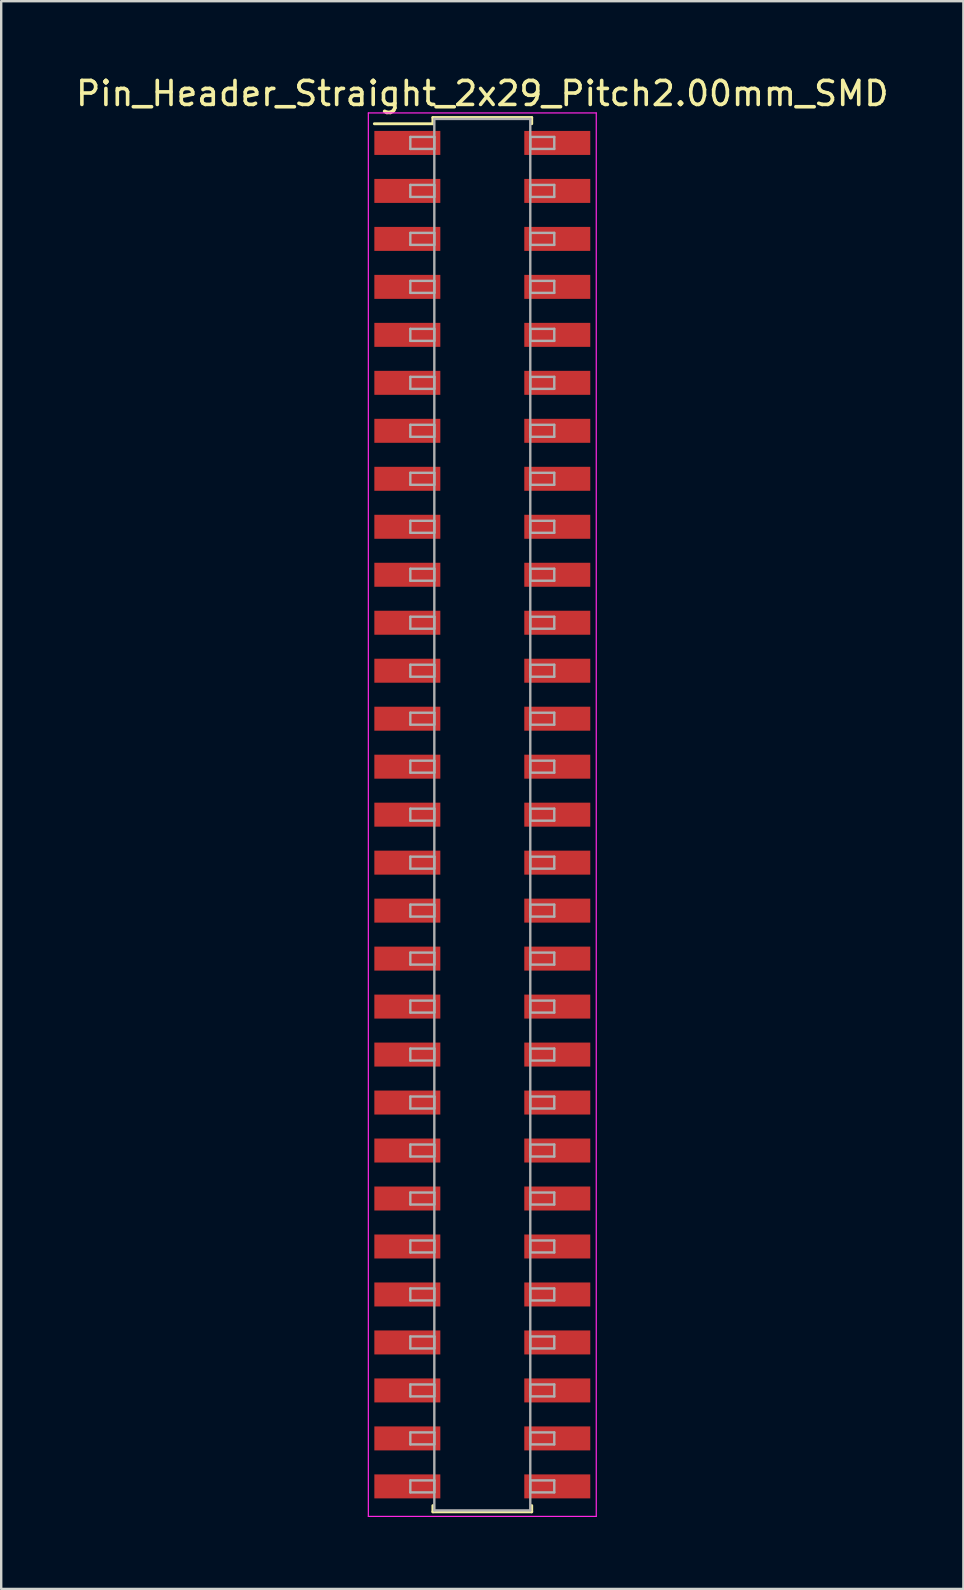
<source format=kicad_pcb>
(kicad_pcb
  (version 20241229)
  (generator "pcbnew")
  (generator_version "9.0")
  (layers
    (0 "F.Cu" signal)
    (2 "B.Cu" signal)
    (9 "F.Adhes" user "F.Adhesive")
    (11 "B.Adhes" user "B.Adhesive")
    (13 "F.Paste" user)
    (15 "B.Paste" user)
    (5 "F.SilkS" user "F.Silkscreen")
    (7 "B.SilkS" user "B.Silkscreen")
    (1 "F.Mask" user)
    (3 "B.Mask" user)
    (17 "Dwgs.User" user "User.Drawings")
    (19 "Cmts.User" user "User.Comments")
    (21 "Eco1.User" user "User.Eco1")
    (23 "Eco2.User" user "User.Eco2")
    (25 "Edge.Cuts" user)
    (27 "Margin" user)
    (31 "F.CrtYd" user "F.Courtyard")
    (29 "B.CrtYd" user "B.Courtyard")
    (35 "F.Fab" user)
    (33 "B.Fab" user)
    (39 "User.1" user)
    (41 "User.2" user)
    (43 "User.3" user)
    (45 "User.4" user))
  (footprint "Pin_Header_Straight_2x29_Pitch2.00mm_SMD"
    (layer "F.Cu")
    (at 17.054 30.908)
    (property "Reference" "Pin_Header_Straight_2x29_Pitch2.00mm_SMD" (at 0 -30.06 0) (layer "F.SilkS") (effects (font (size 1 1) (thickness 0.15))))
    (attr smd)
    (fp_line (start -4.5 -28.8) (end -2.06 -28.8) (stroke (width 0.12) (type solid)) (layer "F.SilkS"))
    (fp_line (start -2.06 -29.06) (end 2.06 -29.06) (stroke (width 0.12) (type solid)) (layer "F.SilkS"))
    (fp_line (start -2.06 -28.8) (end -2.06 -29.06) (stroke (width 0.12) (type solid)) (layer "F.SilkS"))
    (fp_line (start -2.06 28.8) (end -2.06 29.06) (stroke (width 0.12) (type solid)) (layer "F.SilkS"))
    (fp_line (start -2.06 29.06) (end 2.06 29.06) (stroke (width 0.12) (type solid)) (layer "F.SilkS"))
    (fp_line (start 2.06 -29.06) (end 2.06 -28.8) (stroke (width 0.12) (type solid)) (layer "F.SilkS"))
    (fp_line (start 2.06 29.06) (end 2.06 28.8) (stroke (width 0.12) (type solid)) (layer "F.SilkS"))
    (fp_line (start -4.75 -29.25) (end -4.75 29.25) (stroke (width 0.05) (type solid)) (layer "F.CrtYd"))
    (fp_line (start -4.75 29.25) (end 4.75 29.25) (stroke (width 0.05) (type solid)) (layer "F.CrtYd"))
    (fp_line (start 4.75 -29.25) (end -4.75 -29.25) (stroke (width 0.05) (type solid)) (layer "F.CrtYd"))
    (fp_line (start 4.75 29.25) (end 4.75 -29.25) (stroke (width 0.05) (type solid)) (layer "F.CrtYd"))
    (fp_line (start -3 -28.25) (end -2 -28.25) (stroke (width 0.1) (type solid)) (layer "F.Fab"))
    (fp_line (start -3 -27.75) (end -3 -28.25) (stroke (width 0.1) (type solid)) (layer "F.Fab"))
    (fp_line (start -3 -26.25) (end -2 -26.25) (stroke (width 0.1) (type solid)) (layer "F.Fab"))
    (fp_line (start -3 -25.75) (end -3 -26.25) (stroke (width 0.1) (type solid)) (layer "F.Fab"))
    (fp_line (start -3 -24.25) (end -2 -24.25) (stroke (width 0.1) (type solid)) (layer "F.Fab"))
    (fp_line (start -3 -23.75) (end -3 -24.25) (stroke (width 0.1) (type solid)) (layer "F.Fab"))
    (fp_line (start -3 -22.25) (end -2 -22.25) (stroke (width 0.1) (type solid)) (layer "F.Fab"))
    (fp_line (start -3 -21.75) (end -3 -22.25) (stroke (width 0.1) (type solid)) (layer "F.Fab"))
    (fp_line (start -3 -20.25) (end -2 -20.25) (stroke (width 0.1) (type solid)) (layer "F.Fab"))
    (fp_line (start -3 -19.75) (end -3 -20.25) (stroke (width 0.1) (type solid)) (layer "F.Fab"))
    (fp_line (start -3 -18.25) (end -2 -18.25) (stroke (width 0.1) (type solid)) (layer "F.Fab"))
    (fp_line (start -3 -17.75) (end -3 -18.25) (stroke (width 0.1) (type solid)) (layer "F.Fab"))
    (fp_line (start -3 -16.25) (end -2 -16.25) (stroke (width 0.1) (type solid)) (layer "F.Fab"))
    (fp_line (start -3 -15.75) (end -3 -16.25) (stroke (width 0.1) (type solid)) (layer "F.Fab"))
    (fp_line (start -3 -14.25) (end -2 -14.25) (stroke (width 0.1) (type solid)) (layer "F.Fab"))
    (fp_line (start -3 -13.75) (end -3 -14.25) (stroke (width 0.1) (type solid)) (layer "F.Fab"))
    (fp_line (start -3 -12.25) (end -2 -12.25) (stroke (width 0.1) (type solid)) (layer "F.Fab"))
    (fp_line (start -3 -11.75) (end -3 -12.25) (stroke (width 0.1) (type solid)) (layer "F.Fab"))
    (fp_line (start -3 -10.25) (end -2 -10.25) (stroke (width 0.1) (type solid)) (layer "F.Fab"))
    (fp_line (start -3 -9.75) (end -3 -10.25) (stroke (width 0.1) (type solid)) (layer "F.Fab"))
    (fp_line (start -3 -8.25) (end -2 -8.25) (stroke (width 0.1) (type solid)) (layer "F.Fab"))
    (fp_line (start -3 -7.75) (end -3 -8.25) (stroke (width 0.1) (type solid)) (layer "F.Fab"))
    (fp_line (start -3 -6.25) (end -2 -6.25) (stroke (width 0.1) (type solid)) (layer "F.Fab"))
    (fp_line (start -3 -5.75) (end -3 -6.25) (stroke (width 0.1) (type solid)) (layer "F.Fab"))
    (fp_line (start -3 -4.25) (end -2 -4.25) (stroke (width 0.1) (type solid)) (layer "F.Fab"))
    (fp_line (start -3 -3.75) (end -3 -4.25) (stroke (width 0.1) (type solid)) (layer "F.Fab"))
    (fp_line (start -3 -2.25) (end -2 -2.25) (stroke (width 0.1) (type solid)) (layer "F.Fab"))
    (fp_line (start -3 -1.75) (end -3 -2.25) (stroke (width 0.1) (type solid)) (layer "F.Fab"))
    (fp_line (start -3 -0.25) (end -2 -0.25) (stroke (width 0.1) (type solid)) (layer "F.Fab"))
    (fp_line (start -3 0.25) (end -3 -0.25) (stroke (width 0.1) (type solid)) (layer "F.Fab"))
    (fp_line (start -3 1.75) (end -2 1.75) (stroke (width 0.1) (type solid)) (layer "F.Fab"))
    (fp_line (start -3 2.25) (end -3 1.75) (stroke (width 0.1) (type solid)) (layer "F.Fab"))
    (fp_line (start -3 3.75) (end -2 3.75) (stroke (width 0.1) (type solid)) (layer "F.Fab"))
    (fp_line (start -3 4.25) (end -3 3.75) (stroke (width 0.1) (type solid)) (layer "F.Fab"))
    (fp_line (start -3 5.75) (end -2 5.75) (stroke (width 0.1) (type solid)) (layer "F.Fab"))
    (fp_line (start -3 6.25) (end -3 5.75) (stroke (width 0.1) (type solid)) (layer "F.Fab"))
    (fp_line (start -3 7.75) (end -2 7.75) (stroke (width 0.1) (type solid)) (layer "F.Fab"))
    (fp_line (start -3 8.25) (end -3 7.75) (stroke (width 0.1) (type solid)) (layer "F.Fab"))
    (fp_line (start -3 9.75) (end -2 9.75) (stroke (width 0.1) (type solid)) (layer "F.Fab"))
    (fp_line (start -3 10.25) (end -3 9.75) (stroke (width 0.1) (type solid)) (layer "F.Fab"))
    (fp_line (start -3 11.75) (end -2 11.75) (stroke (width 0.1) (type solid)) (layer "F.Fab"))
    (fp_line (start -3 12.25) (end -3 11.75) (stroke (width 0.1) (type solid)) (layer "F.Fab"))
    (fp_line (start -3 13.75) (end -2 13.75) (stroke (width 0.1) (type solid)) (layer "F.Fab"))
    (fp_line (start -3 14.25) (end -3 13.75) (stroke (width 0.1) (type solid)) (layer "F.Fab"))
    (fp_line (start -3 15.75) (end -2 15.75) (stroke (width 0.1) (type solid)) (layer "F.Fab"))
    (fp_line (start -3 16.25) (end -3 15.75) (stroke (width 0.1) (type solid)) (layer "F.Fab"))
    (fp_line (start -3 17.75) (end -2 17.75) (stroke (width 0.1) (type solid)) (layer "F.Fab"))
    (fp_line (start -3 18.25) (end -3 17.75) (stroke (width 0.1) (type solid)) (layer "F.Fab"))
    (fp_line (start -3 19.75) (end -2 19.75) (stroke (width 0.1) (type solid)) (layer "F.Fab"))
    (fp_line (start -3 20.25) (end -3 19.75) (stroke (width 0.1) (type solid)) (layer "F.Fab"))
    (fp_line (start -3 21.75) (end -2 21.75) (stroke (width 0.1) (type solid)) (layer "F.Fab"))
    (fp_line (start -3 22.25) (end -3 21.75) (stroke (width 0.1) (type solid)) (layer "F.Fab"))
    (fp_line (start -3 23.75) (end -2 23.75) (stroke (width 0.1) (type solid)) (layer "F.Fab"))
    (fp_line (start -3 24.25) (end -3 23.75) (stroke (width 0.1) (type solid)) (layer "F.Fab"))
    (fp_line (start -3 25.75) (end -2 25.75) (stroke (width 0.1) (type solid)) (layer "F.Fab"))
    (fp_line (start -3 26.25) (end -3 25.75) (stroke (width 0.1) (type solid)) (layer "F.Fab"))
    (fp_line (start -3 27.75) (end -2 27.75) (stroke (width 0.1) (type solid)) (layer "F.Fab"))
    (fp_line (start -3 28.25) (end -3 27.75) (stroke (width 0.1) (type solid)) (layer "F.Fab"))
    (fp_line (start -2 -29) (end -2 29) (stroke (width 0.1) (type solid)) (layer "F.Fab"))
    (fp_line (start -2 -28.25) (end -2 -27.75) (stroke (width 0.1) (type solid)) (layer "F.Fab"))
    (fp_line (start -2 -27.75) (end -3 -27.75) (stroke (width 0.1) (type solid)) (layer "F.Fab"))
    (fp_line (start -2 -26.25) (end -2 -25.75) (stroke (width 0.1) (type solid)) (layer "F.Fab"))
    (fp_line (start -2 -25.75) (end -3 -25.75) (stroke (width 0.1) (type solid)) (layer "F.Fab"))
    (fp_line (start -2 -24.25) (end -2 -23.75) (stroke (width 0.1) (type solid)) (layer "F.Fab"))
    (fp_line (start -2 -23.75) (end -3 -23.75) (stroke (width 0.1) (type solid)) (layer "F.Fab"))
    (fp_line (start -2 -22.25) (end -2 -21.75) (stroke (width 0.1) (type solid)) (layer "F.Fab"))
    (fp_line (start -2 -21.75) (end -3 -21.75) (stroke (width 0.1) (type solid)) (layer "F.Fab"))
    (fp_line (start -2 -20.25) (end -2 -19.75) (stroke (width 0.1) (type solid)) (layer "F.Fab"))
    (fp_line (start -2 -19.75) (end -3 -19.75) (stroke (width 0.1) (type solid)) (layer "F.Fab"))
    (fp_line (start -2 -18.25) (end -2 -17.75) (stroke (width 0.1) (type solid)) (layer "F.Fab"))
    (fp_line (start -2 -17.75) (end -3 -17.75) (stroke (width 0.1) (type solid)) (layer "F.Fab"))
    (fp_line (start -2 -16.25) (end -2 -15.75) (stroke (width 0.1) (type solid)) (layer "F.Fab"))
    (fp_line (start -2 -15.75) (end -3 -15.75) (stroke (width 0.1) (type solid)) (layer "F.Fab"))
    (fp_line (start -2 -14.25) (end -2 -13.75) (stroke (width 0.1) (type solid)) (layer "F.Fab"))
    (fp_line (start -2 -13.75) (end -3 -13.75) (stroke (width 0.1) (type solid)) (layer "F.Fab"))
    (fp_line (start -2 -12.25) (end -2 -11.75) (stroke (width 0.1) (type solid)) (layer "F.Fab"))
    (fp_line (start -2 -11.75) (end -3 -11.75) (stroke (width 0.1) (type solid)) (layer "F.Fab"))
    (fp_line (start -2 -10.25) (end -2 -9.75) (stroke (width 0.1) (type solid)) (layer "F.Fab"))
    (fp_line (start -2 -9.75) (end -3 -9.75) (stroke (width 0.1) (type solid)) (layer "F.Fab"))
    (fp_line (start -2 -8.25) (end -2 -7.75) (stroke (width 0.1) (type solid)) (layer "F.Fab"))
    (fp_line (start -2 -7.75) (end -3 -7.75) (stroke (width 0.1) (type solid)) (layer "F.Fab"))
    (fp_line (start -2 -6.25) (end -2 -5.75) (stroke (width 0.1) (type solid)) (layer "F.Fab"))
    (fp_line (start -2 -5.75) (end -3 -5.75) (stroke (width 0.1) (type solid)) (layer "F.Fab"))
    (fp_line (start -2 -4.25) (end -2 -3.75) (stroke (width 0.1) (type solid)) (layer "F.Fab"))
    (fp_line (start -2 -3.75) (end -3 -3.75) (stroke (width 0.1) (type solid)) (layer "F.Fab"))
    (fp_line (start -2 -2.25) (end -2 -1.75) (stroke (width 0.1) (type solid)) (layer "F.Fab"))
    (fp_line (start -2 -1.75) (end -3 -1.75) (stroke (width 0.1) (type solid)) (layer "F.Fab"))
    (fp_line (start -2 -0.25) (end -2 0.25) (stroke (width 0.1) (type solid)) (layer "F.Fab"))
    (fp_line (start -2 0.25) (end -3 0.25) (stroke (width 0.1) (type solid)) (layer "F.Fab"))
    (fp_line (start -2 1.75) (end -2 2.25) (stroke (width 0.1) (type solid)) (layer "F.Fab"))
    (fp_line (start -2 2.25) (end -3 2.25) (stroke (width 0.1) (type solid)) (layer "F.Fab"))
    (fp_line (start -2 3.75) (end -2 4.25) (stroke (width 0.1) (type solid)) (layer "F.Fab"))
    (fp_line (start -2 4.25) (end -3 4.25) (stroke (width 0.1) (type solid)) (layer "F.Fab"))
    (fp_line (start -2 5.75) (end -2 6.25) (stroke (width 0.1) (type solid)) (layer "F.Fab"))
    (fp_line (start -2 6.25) (end -3 6.25) (stroke (width 0.1) (type solid)) (layer "F.Fab"))
    (fp_line (start -2 7.75) (end -2 8.25) (stroke (width 0.1) (type solid)) (layer "F.Fab"))
    (fp_line (start -2 8.25) (end -3 8.25) (stroke (width 0.1) (type solid)) (layer "F.Fab"))
    (fp_line (start -2 9.75) (end -2 10.25) (stroke (width 0.1) (type solid)) (layer "F.Fab"))
    (fp_line (start -2 10.25) (end -3 10.25) (stroke (width 0.1) (type solid)) (layer "F.Fab"))
    (fp_line (start -2 11.75) (end -2 12.25) (stroke (width 0.1) (type solid)) (layer "F.Fab"))
    (fp_line (start -2 12.25) (end -3 12.25) (stroke (width 0.1) (type solid)) (layer "F.Fab"))
    (fp_line (start -2 13.75) (end -2 14.25) (stroke (width 0.1) (type solid)) (layer "F.Fab"))
    (fp_line (start -2 14.25) (end -3 14.25) (stroke (width 0.1) (type solid)) (layer "F.Fab"))
    (fp_line (start -2 15.75) (end -2 16.25) (stroke (width 0.1) (type solid)) (layer "F.Fab"))
    (fp_line (start -2 16.25) (end -3 16.25) (stroke (width 0.1) (type solid)) (layer "F.Fab"))
    (fp_line (start -2 17.75) (end -2 18.25) (stroke (width 0.1) (type solid)) (layer "F.Fab"))
    (fp_line (start -2 18.25) (end -3 18.25) (stroke (width 0.1) (type solid)) (layer "F.Fab"))
    (fp_line (start -2 19.75) (end -2 20.25) (stroke (width 0.1) (type solid)) (layer "F.Fab"))
    (fp_line (start -2 20.25) (end -3 20.25) (stroke (width 0.1) (type solid)) (layer "F.Fab"))
    (fp_line (start -2 21.75) (end -2 22.25) (stroke (width 0.1) (type solid)) (layer "F.Fab"))
    (fp_line (start -2 22.25) (end -3 22.25) (stroke (width 0.1) (type solid)) (layer "F.Fab"))
    (fp_line (start -2 23.75) (end -2 24.25) (stroke (width 0.1) (type solid)) (layer "F.Fab"))
    (fp_line (start -2 24.25) (end -3 24.25) (stroke (width 0.1) (type solid)) (layer "F.Fab"))
    (fp_line (start -2 25.75) (end -2 26.25) (stroke (width 0.1) (type solid)) (layer "F.Fab"))
    (fp_line (start -2 26.25) (end -3 26.25) (stroke (width 0.1) (type solid)) (layer "F.Fab"))
    (fp_line (start -2 27.75) (end -2 28.25) (stroke (width 0.1) (type solid)) (layer "F.Fab"))
    (fp_line (start -2 28.25) (end -3 28.25) (stroke (width 0.1) (type solid)) (layer "F.Fab"))
    (fp_line (start -2 29) (end 2 29) (stroke (width 0.1) (type solid)) (layer "F.Fab"))
    (fp_line (start 2 -29) (end -2 -29) (stroke (width 0.1) (type solid)) (layer "F.Fab"))
    (fp_line (start 2 -28.25) (end 2 -27.75) (stroke (width 0.1) (type solid)) (layer "F.Fab"))
    (fp_line (start 2 -27.75) (end 3 -27.75) (stroke (width 0.1) (type solid)) (layer "F.Fab"))
    (fp_line (start 2 -26.25) (end 2 -25.75) (stroke (width 0.1) (type solid)) (layer "F.Fab"))
    (fp_line (start 2 -25.75) (end 3 -25.75) (stroke (width 0.1) (type solid)) (layer "F.Fab"))
    (fp_line (start 2 -24.25) (end 2 -23.75) (stroke (width 0.1) (type solid)) (layer "F.Fab"))
    (fp_line (start 2 -23.75) (end 3 -23.75) (stroke (width 0.1) (type solid)) (layer "F.Fab"))
    (fp_line (start 2 -22.25) (end 2 -21.75) (stroke (width 0.1) (type solid)) (layer "F.Fab"))
    (fp_line (start 2 -21.75) (end 3 -21.75) (stroke (width 0.1) (type solid)) (layer "F.Fab"))
    (fp_line (start 2 -20.25) (end 2 -19.75) (stroke (width 0.1) (type solid)) (layer "F.Fab"))
    (fp_line (start 2 -19.75) (end 3 -19.75) (stroke (width 0.1) (type solid)) (layer "F.Fab"))
    (fp_line (start 2 -18.25) (end 2 -17.75) (stroke (width 0.1) (type solid)) (layer "F.Fab"))
    (fp_line (start 2 -17.75) (end 3 -17.75) (stroke (width 0.1) (type solid)) (layer "F.Fab"))
    (fp_line (start 2 -16.25) (end 2 -15.75) (stroke (width 0.1) (type solid)) (layer "F.Fab"))
    (fp_line (start 2 -15.75) (end 3 -15.75) (stroke (width 0.1) (type solid)) (layer "F.Fab"))
    (fp_line (start 2 -14.25) (end 2 -13.75) (stroke (width 0.1) (type solid)) (layer "F.Fab"))
    (fp_line (start 2 -13.75) (end 3 -13.75) (stroke (width 0.1) (type solid)) (layer "F.Fab"))
    (fp_line (start 2 -12.25) (end 2 -11.75) (stroke (width 0.1) (type solid)) (layer "F.Fab"))
    (fp_line (start 2 -11.75) (end 3 -11.75) (stroke (width 0.1) (type solid)) (layer "F.Fab"))
    (fp_line (start 2 -10.25) (end 2 -9.75) (stroke (width 0.1) (type solid)) (layer "F.Fab"))
    (fp_line (start 2 -9.75) (end 3 -9.75) (stroke (width 0.1) (type solid)) (layer "F.Fab"))
    (fp_line (start 2 -8.25) (end 2 -7.75) (stroke (width 0.1) (type solid)) (layer "F.Fab"))
    (fp_line (start 2 -7.75) (end 3 -7.75) (stroke (width 0.1) (type solid)) (layer "F.Fab"))
    (fp_line (start 2 -6.25) (end 2 -5.75) (stroke (width 0.1) (type solid)) (layer "F.Fab"))
    (fp_line (start 2 -5.75) (end 3 -5.75) (stroke (width 0.1) (type solid)) (layer "F.Fab"))
    (fp_line (start 2 -4.25) (end 2 -3.75) (stroke (width 0.1) (type solid)) (layer "F.Fab"))
    (fp_line (start 2 -3.75) (end 3 -3.75) (stroke (width 0.1) (type solid)) (layer "F.Fab"))
    (fp_line (start 2 -2.25) (end 2 -1.75) (stroke (width 0.1) (type solid)) (layer "F.Fab"))
    (fp_line (start 2 -1.75) (end 3 -1.75) (stroke (width 0.1) (type solid)) (layer "F.Fab"))
    (fp_line (start 2 -0.25) (end 2 0.25) (stroke (width 0.1) (type solid)) (layer "F.Fab"))
    (fp_line (start 2 0.25) (end 3 0.25) (stroke (width 0.1) (type solid)) (layer "F.Fab"))
    (fp_line (start 2 1.75) (end 2 2.25) (stroke (width 0.1) (type solid)) (layer "F.Fab"))
    (fp_line (start 2 2.25) (end 3 2.25) (stroke (width 0.1) (type solid)) (layer "F.Fab"))
    (fp_line (start 2 3.75) (end 2 4.25) (stroke (width 0.1) (type solid)) (layer "F.Fab"))
    (fp_line (start 2 4.25) (end 3 4.25) (stroke (width 0.1) (type solid)) (layer "F.Fab"))
    (fp_line (start 2 5.75) (end 2 6.25) (stroke (width 0.1) (type solid)) (layer "F.Fab"))
    (fp_line (start 2 6.25) (end 3 6.25) (stroke (width 0.1) (type solid)) (layer "F.Fab"))
    (fp_line (start 2 7.75) (end 2 8.25) (stroke (width 0.1) (type solid)) (layer "F.Fab"))
    (fp_line (start 2 8.25) (end 3 8.25) (stroke (width 0.1) (type solid)) (layer "F.Fab"))
    (fp_line (start 2 9.75) (end 2 10.25) (stroke (width 0.1) (type solid)) (layer "F.Fab"))
    (fp_line (start 2 10.25) (end 3 10.25) (stroke (width 0.1) (type solid)) (layer "F.Fab"))
    (fp_line (start 2 11.75) (end 2 12.25) (stroke (width 0.1) (type solid)) (layer "F.Fab"))
    (fp_line (start 2 12.25) (end 3 12.25) (stroke (width 0.1) (type solid)) (layer "F.Fab"))
    (fp_line (start 2 13.75) (end 2 14.25) (stroke (width 0.1) (type solid)) (layer "F.Fab"))
    (fp_line (start 2 14.25) (end 3 14.25) (stroke (width 0.1) (type solid)) (layer "F.Fab"))
    (fp_line (start 2 15.75) (end 2 16.25) (stroke (width 0.1) (type solid)) (layer "F.Fab"))
    (fp_line (start 2 16.25) (end 3 16.25) (stroke (width 0.1) (type solid)) (layer "F.Fab"))
    (fp_line (start 2 17.75) (end 2 18.25) (stroke (width 0.1) (type solid)) (layer "F.Fab"))
    (fp_line (start 2 18.25) (end 3 18.25) (stroke (width 0.1) (type solid)) (layer "F.Fab"))
    (fp_line (start 2 19.75) (end 2 20.25) (stroke (width 0.1) (type solid)) (layer "F.Fab"))
    (fp_line (start 2 20.25) (end 3 20.25) (stroke (width 0.1) (type solid)) (layer "F.Fab"))
    (fp_line (start 2 21.75) (end 2 22.25) (stroke (width 0.1) (type solid)) (layer "F.Fab"))
    (fp_line (start 2 22.25) (end 3 22.25) (stroke (width 0.1) (type solid)) (layer "F.Fab"))
    (fp_line (start 2 23.75) (end 2 24.25) (stroke (width 0.1) (type solid)) (layer "F.Fab"))
    (fp_line (start 2 24.25) (end 3 24.25) (stroke (width 0.1) (type solid)) (layer "F.Fab"))
    (fp_line (start 2 25.75) (end 2 26.25) (stroke (width 0.1) (type solid)) (layer "F.Fab"))
    (fp_line (start 2 26.25) (end 3 26.25) (stroke (width 0.1) (type solid)) (layer "F.Fab"))
    (fp_line (start 2 27.75) (end 2 28.25) (stroke (width 0.1) (type solid)) (layer "F.Fab"))
    (fp_line (start 2 28.25) (end 3 28.25) (stroke (width 0.1) (type solid)) (layer "F.Fab"))
    (fp_line (start 2 29) (end 2 -29) (stroke (width 0.1) (type solid)) (layer "F.Fab"))
    (fp_line (start 3 -28.25) (end 2 -28.25) (stroke (width 0.1) (type solid)) (layer "F.Fab"))
    (fp_line (start 3 -27.75) (end 3 -28.25) (stroke (width 0.1) (type solid)) (layer "F.Fab"))
    (fp_line (start 3 -26.25) (end 2 -26.25) (stroke (width 0.1) (type solid)) (layer "F.Fab"))
    (fp_line (start 3 -25.75) (end 3 -26.25) (stroke (width 0.1) (type solid)) (layer "F.Fab"))
    (fp_line (start 3 -24.25) (end 2 -24.25) (stroke (width 0.1) (type solid)) (layer "F.Fab"))
    (fp_line (start 3 -23.75) (end 3 -24.25) (stroke (width 0.1) (type solid)) (layer "F.Fab"))
    (fp_line (start 3 -22.25) (end 2 -22.25) (stroke (width 0.1) (type solid)) (layer "F.Fab"))
    (fp_line (start 3 -21.75) (end 3 -22.25) (stroke (width 0.1) (type solid)) (layer "F.Fab"))
    (fp_line (start 3 -20.25) (end 2 -20.25) (stroke (width 0.1) (type solid)) (layer "F.Fab"))
    (fp_line (start 3 -19.75) (end 3 -20.25) (stroke (width 0.1) (type solid)) (layer "F.Fab"))
    (fp_line (start 3 -18.25) (end 2 -18.25) (stroke (width 0.1) (type solid)) (layer "F.Fab"))
    (fp_line (start 3 -17.75) (end 3 -18.25) (stroke (width 0.1) (type solid)) (layer "F.Fab"))
    (fp_line (start 3 -16.25) (end 2 -16.25) (stroke (width 0.1) (type solid)) (layer "F.Fab"))
    (fp_line (start 3 -15.75) (end 3 -16.25) (stroke (width 0.1) (type solid)) (layer "F.Fab"))
    (fp_line (start 3 -14.25) (end 2 -14.25) (stroke (width 0.1) (type solid)) (layer "F.Fab"))
    (fp_line (start 3 -13.75) (end 3 -14.25) (stroke (width 0.1) (type solid)) (layer "F.Fab"))
    (fp_line (start 3 -12.25) (end 2 -12.25) (stroke (width 0.1) (type solid)) (layer "F.Fab"))
    (fp_line (start 3 -11.75) (end 3 -12.25) (stroke (width 0.1) (type solid)) (layer "F.Fab"))
    (fp_line (start 3 -10.25) (end 2 -10.25) (stroke (width 0.1) (type solid)) (layer "F.Fab"))
    (fp_line (start 3 -9.75) (end 3 -10.25) (stroke (width 0.1) (type solid)) (layer "F.Fab"))
    (fp_line (start 3 -8.25) (end 2 -8.25) (stroke (width 0.1) (type solid)) (layer "F.Fab"))
    (fp_line (start 3 -7.75) (end 3 -8.25) (stroke (width 0.1) (type solid)) (layer "F.Fab"))
    (fp_line (start 3 -6.25) (end 2 -6.25) (stroke (width 0.1) (type solid)) (layer "F.Fab"))
    (fp_line (start 3 -5.75) (end 3 -6.25) (stroke (width 0.1) (type solid)) (layer "F.Fab"))
    (fp_line (start 3 -4.25) (end 2 -4.25) (stroke (width 0.1) (type solid)) (layer "F.Fab"))
    (fp_line (start 3 -3.75) (end 3 -4.25) (stroke (width 0.1) (type solid)) (layer "F.Fab"))
    (fp_line (start 3 -2.25) (end 2 -2.25) (stroke (width 0.1) (type solid)) (layer "F.Fab"))
    (fp_line (start 3 -1.75) (end 3 -2.25) (stroke (width 0.1) (type solid)) (layer "F.Fab"))
    (fp_line (start 3 -0.25) (end 2 -0.25) (stroke (width 0.1) (type solid)) (layer "F.Fab"))
    (fp_line (start 3 0.25) (end 3 -0.25) (stroke (width 0.1) (type solid)) (layer "F.Fab"))
    (fp_line (start 3 1.75) (end 2 1.75) (stroke (width 0.1) (type solid)) (layer "F.Fab"))
    (fp_line (start 3 2.25) (end 3 1.75) (stroke (width 0.1) (type solid)) (layer "F.Fab"))
    (fp_line (start 3 3.75) (end 2 3.75) (stroke (width 0.1) (type solid)) (layer "F.Fab"))
    (fp_line (start 3 4.25) (end 3 3.75) (stroke (width 0.1) (type solid)) (layer "F.Fab"))
    (fp_line (start 3 5.75) (end 2 5.75) (stroke (width 0.1) (type solid)) (layer "F.Fab"))
    (fp_line (start 3 6.25) (end 3 5.75) (stroke (width 0.1) (type solid)) (layer "F.Fab"))
    (fp_line (start 3 7.75) (end 2 7.75) (stroke (width 0.1) (type solid)) (layer "F.Fab"))
    (fp_line (start 3 8.25) (end 3 7.75) (stroke (width 0.1) (type solid)) (layer "F.Fab"))
    (fp_line (start 3 9.75) (end 2 9.75) (stroke (width 0.1) (type solid)) (layer "F.Fab"))
    (fp_line (start 3 10.25) (end 3 9.75) (stroke (width 0.1) (type solid)) (layer "F.Fab"))
    (fp_line (start 3 11.75) (end 2 11.75) (stroke (width 0.1) (type solid)) (layer "F.Fab"))
    (fp_line (start 3 12.25) (end 3 11.75) (stroke (width 0.1) (type solid)) (layer "F.Fab"))
    (fp_line (start 3 13.75) (end 2 13.75) (stroke (width 0.1) (type solid)) (layer "F.Fab"))
    (fp_line (start 3 14.25) (end 3 13.75) (stroke (width 0.1) (type solid)) (layer "F.Fab"))
    (fp_line (start 3 15.75) (end 2 15.75) (stroke (width 0.1) (type solid)) (layer "F.Fab"))
    (fp_line (start 3 16.25) (end 3 15.75) (stroke (width 0.1) (type solid)) (layer "F.Fab"))
    (fp_line (start 3 17.75) (end 2 17.75) (stroke (width 0.1) (type solid)) (layer "F.Fab"))
    (fp_line (start 3 18.25) (end 3 17.75) (stroke (width 0.1) (type solid)) (layer "F.Fab"))
    (fp_line (start 3 19.75) (end 2 19.75) (stroke (width 0.1) (type solid)) (layer "F.Fab"))
    (fp_line (start 3 20.25) (end 3 19.75) (stroke (width 0.1) (type solid)) (layer "F.Fab"))
    (fp_line (start 3 21.75) (end 2 21.75) (stroke (width 0.1) (type solid)) (layer "F.Fab"))
    (fp_line (start 3 22.25) (end 3 21.75) (stroke (width 0.1) (type solid)) (layer "F.Fab"))
    (fp_line (start 3 23.75) (end 2 23.75) (stroke (width 0.1) (type solid)) (layer "F.Fab"))
    (fp_line (start 3 24.25) (end 3 23.75) (stroke (width 0.1) (type solid)) (layer "F.Fab"))
    (fp_line (start 3 25.75) (end 2 25.75) (stroke (width 0.1) (type solid)) (layer "F.Fab"))
    (fp_line (start 3 26.25) (end 3 25.75) (stroke (width 0.1) (type solid)) (layer "F.Fab"))
    (fp_line (start 3 27.75) (end 2 27.75) (stroke (width 0.1) (type solid)) (layer "F.Fab"))
    (fp_line (start 3 28.25) (end 3 27.75) (stroke (width 0.1) (type solid)) (layer "F.Fab"))
    (pad "1" smd rect (at -3.125 -28) (size 2.75 1) (layers "F.Cu" "F.Mask"))
    (pad "2" smd rect (at 3.125 -28) (size 2.75 1) (layers "F.Cu" "F.Mask"))
    (pad "3" smd rect (at -3.125 -26) (size 2.75 1) (layers "F.Cu" "F.Mask"))
    (pad "4" smd rect (at 3.125 -26) (size 2.75 1) (layers "F.Cu" "F.Mask"))
    (pad "5" smd rect (at -3.125 -24) (size 2.75 1) (layers "F.Cu" "F.Mask"))
    (pad "6" smd rect (at 3.125 -24) (size 2.75 1) (layers "F.Cu" "F.Mask"))
    (pad "7" smd rect (at -3.125 -22) (size 2.75 1) (layers "F.Cu" "F.Mask"))
    (pad "8" smd rect (at 3.125 -22) (size 2.75 1) (layers "F.Cu" "F.Mask"))
    (pad "9" smd rect (at -3.125 -20) (size 2.75 1) (layers "F.Cu" "F.Mask"))
    (pad "10" smd rect (at 3.125 -20) (size 2.75 1) (layers "F.Cu" "F.Mask"))
    (pad "11" smd rect (at -3.125 -18) (size 2.75 1) (layers "F.Cu" "F.Mask"))
    (pad "12" smd rect (at 3.125 -18) (size 2.75 1) (layers "F.Cu" "F.Mask"))
    (pad "13" smd rect (at -3.125 -16) (size 2.75 1) (layers "F.Cu" "F.Mask"))
    (pad "14" smd rect (at 3.125 -16) (size 2.75 1) (layers "F.Cu" "F.Mask"))
    (pad "15" smd rect (at -3.125 -14) (size 2.75 1) (layers "F.Cu" "F.Mask"))
    (pad "16" smd rect (at 3.125 -14) (size 2.75 1) (layers "F.Cu" "F.Mask"))
    (pad "17" smd rect (at -3.125 -12) (size 2.75 1) (layers "F.Cu" "F.Mask"))
    (pad "18" smd rect (at 3.125 -12) (size 2.75 1) (layers "F.Cu" "F.Mask"))
    (pad "19" smd rect (at -3.125 -10) (size 2.75 1) (layers "F.Cu" "F.Mask"))
    (pad "20" smd rect (at 3.125 -10) (size 2.75 1) (layers "F.Cu" "F.Mask"))
    (pad "21" smd rect (at -3.125 -8) (size 2.75 1) (layers "F.Cu" "F.Mask"))
    (pad "22" smd rect (at 3.125 -8) (size 2.75 1) (layers "F.Cu" "F.Mask"))
    (pad "23" smd rect (at -3.125 -6) (size 2.75 1) (layers "F.Cu" "F.Mask"))
    (pad "24" smd rect (at 3.125 -6) (size 2.75 1) (layers "F.Cu" "F.Mask"))
    (pad "25" smd rect (at -3.125 -4) (size 2.75 1) (layers "F.Cu" "F.Mask"))
    (pad "26" smd rect (at 3.125 -4) (size 2.75 1) (layers "F.Cu" "F.Mask"))
    (pad "27" smd rect (at -3.125 -2) (size 2.75 1) (layers "F.Cu" "F.Mask"))
    (pad "28" smd rect (at 3.125 -2) (size 2.75 1) (layers "F.Cu" "F.Mask"))
    (pad "29" smd rect (at -3.125 0) (size 2.75 1) (layers "F.Cu" "F.Mask"))
    (pad "30" smd rect (at 3.125 0) (size 2.75 1) (layers "F.Cu" "F.Mask"))
    (pad "31" smd rect (at -3.125 2) (size 2.75 1) (layers "F.Cu" "F.Mask"))
    (pad "32" smd rect (at 3.125 2) (size 2.75 1) (layers "F.Cu" "F.Mask"))
    (pad "33" smd rect (at -3.125 4) (size 2.75 1) (layers "F.Cu" "F.Mask"))
    (pad "34" smd rect (at 3.125 4) (size 2.75 1) (layers "F.Cu" "F.Mask"))
    (pad "35" smd rect (at -3.125 6) (size 2.75 1) (layers "F.Cu" "F.Mask"))
    (pad "36" smd rect (at 3.125 6) (size 2.75 1) (layers "F.Cu" "F.Mask"))
    (pad "37" smd rect (at -3.125 8) (size 2.75 1) (layers "F.Cu" "F.Mask"))
    (pad "38" smd rect (at 3.125 8) (size 2.75 1) (layers "F.Cu" "F.Mask"))
    (pad "39" smd rect (at -3.125 10) (size 2.75 1) (layers "F.Cu" "F.Mask"))
    (pad "40" smd rect (at 3.125 10) (size 2.75 1) (layers "F.Cu" "F.Mask"))
    (pad "41" smd rect (at -3.125 12) (size 2.75 1) (layers "F.Cu" "F.Mask"))
    (pad "42" smd rect (at 3.125 12) (size 2.75 1) (layers "F.Cu" "F.Mask"))
    (pad "43" smd rect (at -3.125 14) (size 2.75 1) (layers "F.Cu" "F.Mask"))
    (pad "44" smd rect (at 3.125 14) (size 2.75 1) (layers "F.Cu" "F.Mask"))
    (pad "45" smd rect (at -3.125 16) (size 2.75 1) (layers "F.Cu" "F.Mask"))
    (pad "46" smd rect (at 3.125 16) (size 2.75 1) (layers "F.Cu" "F.Mask"))
    (pad "47" smd rect (at -3.125 18) (size 2.75 1) (layers "F.Cu" "F.Mask"))
    (pad "48" smd rect (at 3.125 18) (size 2.75 1) (layers "F.Cu" "F.Mask"))
    (pad "49" smd rect (at -3.125 20) (size 2.75 1) (layers "F.Cu" "F.Mask"))
    (pad "50" smd rect (at 3.125 20) (size 2.75 1) (layers "F.Cu" "F.Mask"))
    (pad "51" smd rect (at -3.125 22) (size 2.75 1) (layers "F.Cu" "F.Mask"))
    (pad "52" smd rect (at 3.125 22) (size 2.75 1) (layers "F.Cu" "F.Mask"))
    (pad "53" smd rect (at -3.125 24) (size 2.75 1) (layers "F.Cu" "F.Mask"))
    (pad "54" smd rect (at 3.125 24) (size 2.75 1) (layers "F.Cu" "F.Mask"))
    (pad "55" smd rect (at -3.125 26) (size 2.75 1) (layers "F.Cu" "F.Mask"))
    (pad "56" smd rect (at 3.125 26) (size 2.75 1) (layers "F.Cu" "F.Mask"))
    (pad "57" smd rect (at -3.125 28) (size 2.75 1) (layers "F.Cu" "F.Mask"))
    (pad "58" smd rect (at 3.125 28) (size 2.75 1) (layers "F.Cu" "F.Mask")))
  (gr_rect
    (start -3 -3)
    (end 37.107 63.183)
    (stroke (width 0.1) (type default))
    (fill no)
    (layer "Edge.Cuts")))
</source>
